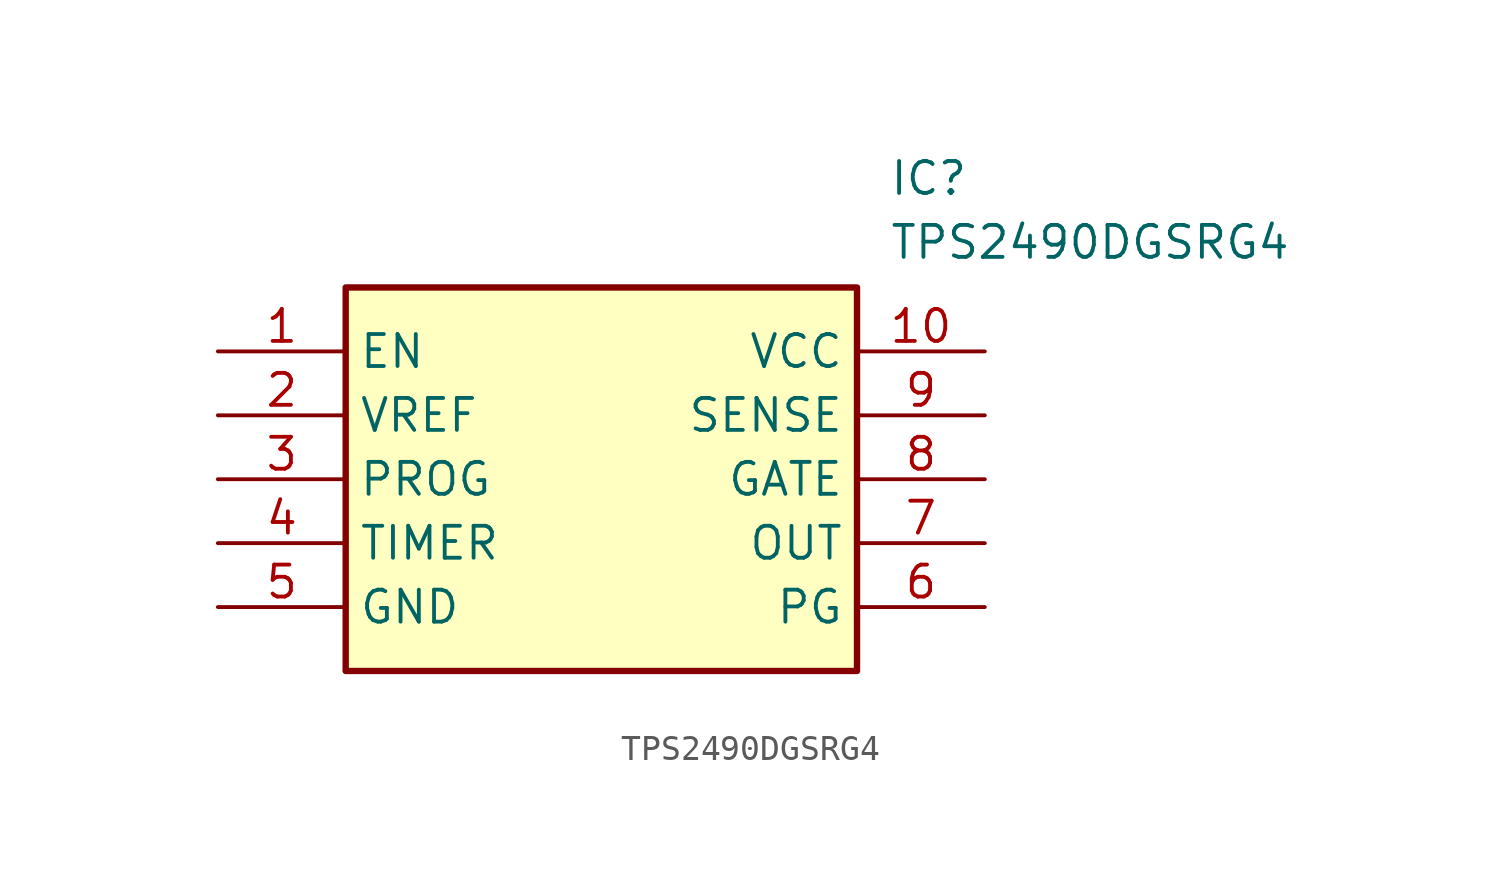
<source format=kicad_sym>
(kicad_symbol_lib
  (version 20211014)
  (generator SamacSys_ECAD_Model)
  (symbol "TPS2490DGSRG4"
    (property "Reference" "IC"
      (at 26.67 7.62 0)
      (effects (font (size 1.27 1.27)) (justify left top)))
    (property "Value" "TPS2490DGSRG4"
      (at 26.67 5.08 0)
      (effects (font (size 1.27 1.27)) (justify left top)))
    (rectangle
      (start 5.08 2.54)
      (end 25.4 -12.7)
      (stroke (width 0.254) (type default))
      (fill (type background)))
    (pin passive line
      (at 0 0 0)
      (length 5.08)
      (name "EN" (effects (font (size 1.27 1.27))))
      (number "1" (effects (font (size 1.27 1.27)))))
    (pin passive line
      (at 0 -2.54 0)
      (length 5.08)
      (name "VREF" (effects (font (size 1.27 1.27))))
      (number "2" (effects (font (size 1.27 1.27)))))
    (pin passive line
      (at 0 -5.08 0)
      (length 5.08)
      (name "PROG" (effects (font (size 1.27 1.27))))
      (number "3" (effects (font (size 1.27 1.27)))))
    (pin passive line
      (at 0 -7.62 0)
      (length 5.08)
      (name "TIMER" (effects (font (size 1.27 1.27))))
      (number "4" (effects (font (size 1.27 1.27)))))
    (pin passive line
      (at 0 -10.16 0)
      (length 5.08)
      (name "GND" (effects (font (size 1.27 1.27))))
      (number "5" (effects (font (size 1.27 1.27)))))
    (pin passive line
      (at 30.48 0 180)
      (length 5.08)
      (name "VCC" (effects (font (size 1.27 1.27))))
      (number "10" (effects (font (size 1.27 1.27)))))
    (pin passive line
      (at 30.48 -2.54 180)
      (length 5.08)
      (name "SENSE" (effects (font (size 1.27 1.27))))
      (number "9" (effects (font (size 1.27 1.27)))))
    (pin passive line
      (at 30.48 -5.08 180)
      (length 5.08)
      (name "GATE" (effects (font (size 1.27 1.27))))
      (number "8" (effects (font (size 1.27 1.27)))))
    (pin passive line
      (at 30.48 -7.62 180)
      (length 5.08)
      (name "OUT" (effects (font (size 1.27 1.27))))
      (number "7" (effects (font (size 1.27 1.27)))))
    (pin passive line
      (at 30.48 -10.16 180)
      (length 5.08)
      (name "PG" (effects (font (size 1.27 1.27))))
      (number "6" (effects (font (size 1.27 1.27)))))))
</source>
